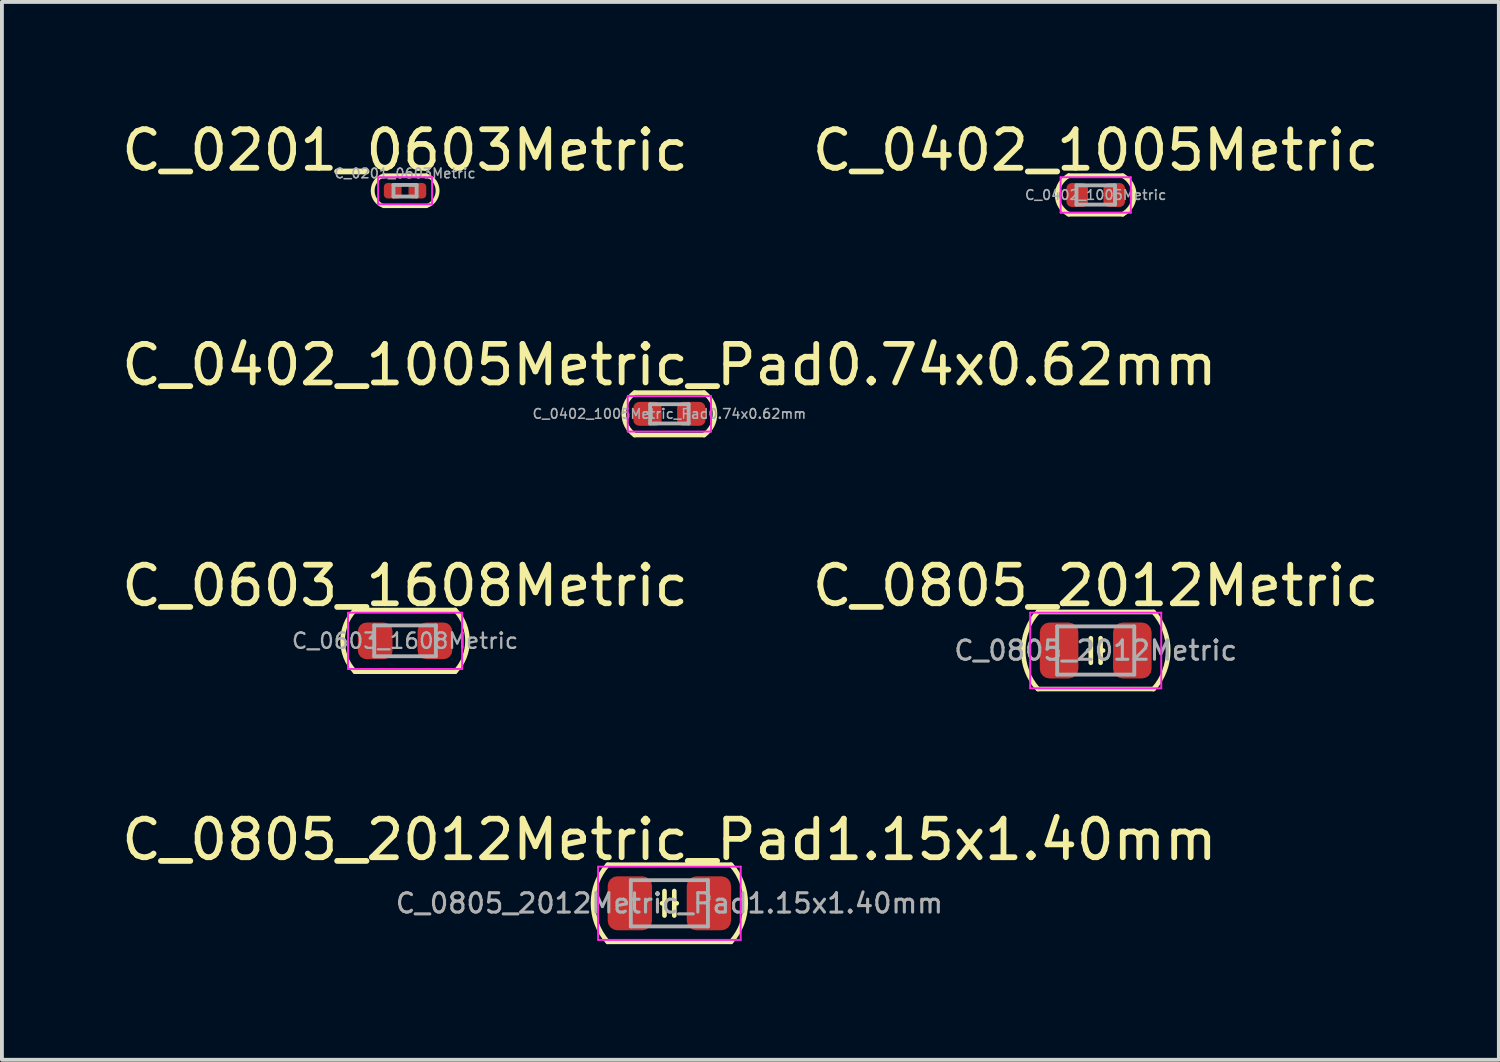
<source format=kicad_pcb>
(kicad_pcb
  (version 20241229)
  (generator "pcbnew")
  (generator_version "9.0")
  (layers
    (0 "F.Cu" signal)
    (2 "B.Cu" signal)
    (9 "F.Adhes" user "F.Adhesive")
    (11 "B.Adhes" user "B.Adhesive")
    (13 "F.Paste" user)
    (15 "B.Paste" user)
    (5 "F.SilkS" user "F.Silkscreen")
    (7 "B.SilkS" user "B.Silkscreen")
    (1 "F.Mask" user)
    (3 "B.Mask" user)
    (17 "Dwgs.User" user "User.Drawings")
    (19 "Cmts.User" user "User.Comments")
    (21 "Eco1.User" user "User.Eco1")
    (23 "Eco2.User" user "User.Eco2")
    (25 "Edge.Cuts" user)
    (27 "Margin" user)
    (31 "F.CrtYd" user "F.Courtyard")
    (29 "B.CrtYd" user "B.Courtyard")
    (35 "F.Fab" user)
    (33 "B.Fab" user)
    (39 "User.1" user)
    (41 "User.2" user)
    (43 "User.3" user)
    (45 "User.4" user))
  (footprint "C_0402_1005Metric_Pad0.74x0.62mm"
    (layer "F.Cu")
    (at 14.315 7.686)
    (property "Reference" "C_0402_1005Metric_Pad0.74x0.62mm" (at 0 -1.27 0) (layer "F.SilkS") (effects (font (size 1 1) (thickness 0.15))))
    (attr smd)
    (fp_line (start -0.9 -0.55) (end 0.9 -0.55) (stroke (width 0.12) (type solid)) (layer "F.SilkS"))
    (fp_line (start 0.9 0.55) (end -0.9 0.55) (stroke (width 0.12) (type solid)) (layer "F.SilkS"))
    (fp_arc (start -0.9 0.55) (mid -1.182093 0) (end -0.9 -0.55) (stroke (width 0.12) (type solid)) (layer "F.SilkS"))
    (fp_arc (start 0.9 -0.550001) (mid 1.182093 -0.000001) (end 0.9 0.549999) (stroke (width 0.12) (type solid)) (layer "F.SilkS"))
    (fp_line (start -1.08 -0.46) (end 1.08 -0.46) (stroke (width 0.05) (type solid)) (layer "F.CrtYd"))
    (fp_line (start -1.08 0.46) (end -1.08 -0.46) (stroke (width 0.05) (type solid)) (layer "F.CrtYd"))
    (fp_line (start 1.08 -0.46) (end 1.08 0.46) (stroke (width 0.05) (type solid)) (layer "F.CrtYd"))
    (fp_line (start 1.08 0.46) (end -1.08 0.46) (stroke (width 0.05) (type solid)) (layer "F.CrtYd"))
    (fp_line (start -0.5 -0.25) (end 0.5 -0.25) (stroke (width 0.1) (type solid)) (layer "F.Fab"))
    (fp_line (start -0.5 0.25) (end -0.5 -0.25) (stroke (width 0.1) (type solid)) (layer "F.Fab"))
    (fp_line (start 0.5 -0.25) (end 0.5 0.25) (stroke (width 0.1) (type solid)) (layer "F.Fab"))
    (fp_line (start 0.5 0.25) (end -0.5 0.25) (stroke (width 0.1) (type solid)) (layer "F.Fab"))
    (fp_text user "${REFERENCE}" (at 0 0 0) (layer "F.Fab") (effects (font (size 0.25 0.25) (thickness 0.04))))
    (pad "1" smd roundrect (at -0.568 0) (size 0.735 0.62) (layers "F.Cu" "F.Mask" "F.Paste") (roundrect_rratio 0.25))
    (pad "2" smd roundrect (at 0.568 0) (size 0.735 0.62) (layers "F.Cu" "F.Mask" "F.Paste") (roundrect_rratio 0.25)))
  (footprint "C_0805_2012Metric_Pad1.15x1.40mm"
    (layer "F.Cu")
    (at 14.315 20.383)
    (property "Reference" "C_0805_2012Metric_Pad1.15x1.40mm" (at 0 -1.65 0) (layer "F.SilkS") (effects (font (size 1 1) (thickness 0.15))))
    (attr smd)
    (fp_line (start -1.6 1) (end 1.6 1) (stroke (width 0.12) (type solid)) (layer "F.SilkS"))
    (fp_line (start -0.127 -0.318) (end -0.127 0.318) (stroke (width 0.12) (type solid)) (layer "F.SilkS"))
    (fp_line (start -0.127 0) (end -0.191 0) (stroke (width 0.12) (type solid)) (layer "F.SilkS"))
    (fp_line (start 0.127 0) (end 0.191 0) (stroke (width 0.12) (type solid)) (layer "F.SilkS"))
    (fp_line (start 0.127 0.318) (end 0.127 -0.318) (stroke (width 0.12) (type solid)) (layer "F.SilkS"))
    (fp_line (start 1.6 -1) (end -1.6 -1) (stroke (width 0.12) (type solid)) (layer "F.SilkS"))
    (fp_arc (start -1.6 1) (mid -1.980894 0) (end -1.6 -1) (stroke (width 0.12) (type solid)) (layer "F.SilkS"))
    (fp_arc (start 1.6 -1) (mid 1.980894 0) (end 1.6 1) (stroke (width 0.12) (type solid)) (layer "F.SilkS"))
    (fp_line (start -1.85 -0.95) (end 1.85 -0.95) (stroke (width 0.05) (type solid)) (layer "F.CrtYd"))
    (fp_line (start -1.85 0.95) (end -1.85 -0.95) (stroke (width 0.05) (type solid)) (layer "F.CrtYd"))
    (fp_line (start 1.85 -0.95) (end 1.85 0.95) (stroke (width 0.05) (type solid)) (layer "F.CrtYd"))
    (fp_line (start 1.85 0.95) (end -1.85 0.95) (stroke (width 0.05) (type solid)) (layer "F.CrtYd"))
    (fp_line (start -1 -0.6) (end 1 -0.6) (stroke (width 0.1) (type solid)) (layer "F.Fab"))
    (fp_line (start -1 0.6) (end -1 -0.6) (stroke (width 0.1) (type solid)) (layer "F.Fab"))
    (fp_line (start 1 -0.6) (end 1 0.6) (stroke (width 0.1) (type solid)) (layer "F.Fab"))
    (fp_line (start 1 0.6) (end -1 0.6) (stroke (width 0.1) (type solid)) (layer "F.Fab"))
    (fp_text user "${REFERENCE}" (at 0 0 0) (layer "F.Fab") (effects (font (size 0.5 0.5) (thickness 0.08))))
    (pad "1" smd roundrect (at -1.025 0) (size 1.15 1.4) (layers "F.Cu" "F.Mask" "F.Paste") (roundrect_rratio 0.217))
    (pad "2" smd roundrect (at 1.025 0) (size 1.15 1.4) (layers "F.Cu" "F.Mask" "F.Paste") (roundrect_rratio 0.217)))
  (footprint "C_0805_2012Metric"
    (layer "F.Cu")
    (at 25.375 13.825)
    (property "Reference" "C_0805_2012Metric" (at 0 -1.68 0) (layer "F.SilkS") (effects (font (size 1 1) (thickness 0.15))))
    (attr smd)
    (fp_line (start -1.5 1) (end 1.5 1) (stroke (width 0.12) (type solid)) (layer "F.SilkS"))
    (fp_line (start -0.127 -0.318) (end -0.127 0.318) (stroke (width 0.12) (type solid)) (layer "F.SilkS"))
    (fp_line (start -0.127 0) (end -0.191 0) (stroke (width 0.12) (type solid)) (layer "F.SilkS"))
    (fp_line (start 0.127 0) (end 0.191 0) (stroke (width 0.12) (type solid)) (layer "F.SilkS"))
    (fp_line (start 0.127 0.318) (end 0.127 -0.318) (stroke (width 0.12) (type solid)) (layer "F.SilkS"))
    (fp_line (start 1.5 -1) (end -1.5 -1) (stroke (width 0.12) (type solid)) (layer "F.SilkS"))
    (fp_arc (start -1.5 1) (mid -1.880894 0) (end -1.5 -1) (stroke (width 0.12) (type solid)) (layer "F.SilkS"))
    (fp_arc (start 1.5 -1) (mid 1.880894 0) (end 1.5 1) (stroke (width 0.12) (type solid)) (layer "F.SilkS"))
    (fp_line (start -1.7 -0.98) (end 1.7 -0.98) (stroke (width 0.05) (type solid)) (layer "F.CrtYd"))
    (fp_line (start -1.7 0.98) (end -1.7 -0.98) (stroke (width 0.05) (type solid)) (layer "F.CrtYd"))
    (fp_line (start 1.7 -0.98) (end 1.7 0.98) (stroke (width 0.05) (type solid)) (layer "F.CrtYd"))
    (fp_line (start 1.7 0.98) (end -1.7 0.98) (stroke (width 0.05) (type solid)) (layer "F.CrtYd"))
    (fp_line (start -1 -0.625) (end 1 -0.625) (stroke (width 0.1) (type solid)) (layer "F.Fab"))
    (fp_line (start -1 0.625) (end -1 -0.625) (stroke (width 0.1) (type solid)) (layer "F.Fab"))
    (fp_line (start 1 -0.625) (end 1 0.625) (stroke (width 0.1) (type solid)) (layer "F.Fab"))
    (fp_line (start 1 0.625) (end -1 0.625) (stroke (width 0.1) (type solid)) (layer "F.Fab"))
    (fp_text user "${REFERENCE}" (at 0 0 0) (layer "F.Fab") (effects (font (size 0.5 0.5) (thickness 0.08))))
    (pad "1" smd roundrect (at -0.95 0) (size 1 1.45) (layers "F.Cu" "F.Mask" "F.Paste") (roundrect_rratio 0.25))
    (pad "2" smd roundrect (at 0.95 0) (size 1 1.45) (layers "F.Cu" "F.Mask" "F.Paste") (roundrect_rratio 0.25)))
  (footprint "C_0603_1608Metric"
    (layer "F.Cu")
    (at 7.458 13.575)
    (property "Reference" "C_0603_1608Metric" (at 0 -1.43 0) (layer "F.SilkS") (effects (font (size 1 1) (thickness 0.15))))
    (attr smd)
    (fp_line (start -1.3 0.8) (end 1.3 0.8) (stroke (width 0.12) (type solid)) (layer "F.SilkS"))
    (fp_line (start 1.3 -0.8) (end -1.3 -0.8) (stroke (width 0.12) (type solid)) (layer "F.SilkS"))
    (fp_arc (start -1.3 0.800002) (mid -1.619939 0.000001) (end -1.3 -0.8) (stroke (width 0.12) (type solid)) (layer "F.SilkS"))
    (fp_arc (start 1.3 -0.800002) (mid 1.619939 -0.000001) (end 1.3 0.8) (stroke (width 0.12) (type solid)) (layer "F.SilkS"))
    (fp_line (start -1.48 -0.73) (end 1.48 -0.73) (stroke (width 0.05) (type solid)) (layer "F.CrtYd"))
    (fp_line (start -1.48 0.73) (end -1.48 -0.73) (stroke (width 0.05) (type solid)) (layer "F.CrtYd"))
    (fp_line (start 1.48 -0.73) (end 1.48 0.73) (stroke (width 0.05) (type solid)) (layer "F.CrtYd"))
    (fp_line (start 1.48 0.73) (end -1.48 0.73) (stroke (width 0.05) (type solid)) (layer "F.CrtYd"))
    (fp_line (start -0.8 -0.4) (end 0.8 -0.4) (stroke (width 0.1) (type solid)) (layer "F.Fab"))
    (fp_line (start -0.8 0.4) (end -0.8 -0.4) (stroke (width 0.1) (type solid)) (layer "F.Fab"))
    (fp_line (start 0.8 -0.4) (end 0.8 0.4) (stroke (width 0.1) (type solid)) (layer "F.Fab"))
    (fp_line (start 0.8 0.4) (end -0.8 0.4) (stroke (width 0.1) (type solid)) (layer "F.Fab"))
    (fp_text user "${REFERENCE}" (at 0 0 0) (layer "F.Fab") (effects (font (size 0.4 0.4) (thickness 0.06))))
    (pad "1" smd roundrect (at -0.775 0) (size 0.9 0.95) (layers "F.Cu" "F.Mask" "F.Paste") (roundrect_rratio 0.25))
    (pad "2" smd roundrect (at 0.775 0) (size 0.9 0.95) (layers "F.Cu" "F.Mask" "F.Paste") (roundrect_rratio 0.25)))
  (footprint "C_0201_0603Metric"
    (layer "F.Cu")
    (at 7.458 1.898)
    (property "Reference" "C_0201_0603Metric" (at 0 -1.05 0) (layer "F.SilkS") (effects (font (size 1 1) (thickness 0.15))))
    (attr smd)
    (fp_line (start -0.55 0.4) (end 0.55 0.4) (stroke (width 0.1) (type solid)) (layer "F.SilkS"))
    (fp_line (start 0.55 -0.4) (end -0.55 -0.4) (stroke (width 0.1) (type solid)) (layer "F.SilkS"))
    (fp_arc (start -0.55 0.399999) (mid -0.840003 -0.000001) (end -0.55 -0.4) (stroke (width 0.1) (type solid)) (layer "F.SilkS"))
    (fp_arc (start 0.55 -0.400001) (mid 0.844375 -0.000001) (end 0.55 0.399999) (stroke (width 0.1) (type solid)) (layer "F.SilkS"))
    (fp_line (start -0.7 -0.35) (end 0.7 -0.35) (stroke (width 0.05) (type solid)) (layer "F.CrtYd"))
    (fp_line (start -0.7 0.35) (end -0.7 -0.35) (stroke (width 0.05) (type solid)) (layer "F.CrtYd"))
    (fp_line (start 0.7 -0.35) (end 0.7 0.35) (stroke (width 0.05) (type solid)) (layer "F.CrtYd"))
    (fp_line (start 0.7 0.35) (end -0.7 0.35) (stroke (width 0.05) (type solid)) (layer "F.CrtYd"))
    (fp_line (start -0.3 -0.15) (end 0.3 -0.15) (stroke (width 0.1) (type solid)) (layer "F.Fab"))
    (fp_line (start -0.3 0.15) (end -0.3 -0.15) (stroke (width 0.1) (type solid)) (layer "F.Fab"))
    (fp_line (start 0.3 -0.15) (end 0.3 0.15) (stroke (width 0.1) (type solid)) (layer "F.Fab"))
    (fp_line (start 0.3 0.15) (end -0.3 0.15) (stroke (width 0.1) (type solid)) (layer "F.Fab"))
    (fp_text user "${REFERENCE}" (at 0 -0.45 0) (layer "F.Fab") (effects (font (size 0.25 0.25) (thickness 0.04))))
    (pad "" smd roundrect (at -0.345 0) (size 0.318 0.36) (layers "F.Paste") (roundrect_rratio 0.25))
    (pad "" smd roundrect (at 0.345 0) (size 0.318 0.36) (layers "F.Paste") (roundrect_rratio 0.25))
    (pad "1" smd roundrect (at -0.32 0) (size 0.46 0.4) (layers "F.Cu" "F.Mask") (roundrect_rratio 0.25))
    (pad "2" smd roundrect (at 0.32 0) (size 0.46 0.4) (layers "F.Cu" "F.Mask") (roundrect_rratio 0.25)))
  (footprint "C_0402_1005Metric"
    (layer "F.Cu")
    (at 25.375 2.008)
    (property "Reference" "C_0402_1005Metric" (at 0 -1.16 0) (layer "F.SilkS") (effects (font (size 1 1) (thickness 0.15))))
    (attr smd)
    (fp_line (start -0.7 0.5) (end 0.7 0.5) (stroke (width 0.12) (type solid)) (layer "F.SilkS"))
    (fp_line (start 0.7 -0.5) (end -0.7 -0.5) (stroke (width 0.12) (type solid)) (layer "F.SilkS"))
    (fp_arc (start -0.7 0.5) (mid -0.998531 0) (end -0.7 -0.5) (stroke (width 0.12) (type solid)) (layer "F.SilkS"))
    (fp_arc (start 0.7 -0.5) (mid 0.998531 0) (end 0.7 0.5) (stroke (width 0.12) (type solid)) (layer "F.SilkS"))
    (fp_line (start -0.91 -0.46) (end 0.91 -0.46) (stroke (width 0.05) (type solid)) (layer "F.CrtYd"))
    (fp_line (start -0.91 0.46) (end -0.91 -0.46) (stroke (width 0.05) (type solid)) (layer "F.CrtYd"))
    (fp_line (start 0.91 -0.46) (end 0.91 0.46) (stroke (width 0.05) (type solid)) (layer "F.CrtYd"))
    (fp_line (start 0.91 0.46) (end -0.91 0.46) (stroke (width 0.05) (type solid)) (layer "F.CrtYd"))
    (fp_line (start -0.5 -0.25) (end 0.5 -0.25) (stroke (width 0.1) (type solid)) (layer "F.Fab"))
    (fp_line (start -0.5 0.25) (end -0.5 -0.25) (stroke (width 0.1) (type solid)) (layer "F.Fab"))
    (fp_line (start 0.5 -0.25) (end 0.5 0.25) (stroke (width 0.1) (type solid)) (layer "F.Fab"))
    (fp_line (start 0.5 0.25) (end -0.5 0.25) (stroke (width 0.1) (type solid)) (layer "F.Fab"))
    (fp_text user "${REFERENCE}" (at 0 0 0) (layer "F.Fab") (effects (font (size 0.25 0.25) (thickness 0.04))))
    (pad "1" smd roundrect (at -0.48 0) (size 0.56 0.62) (layers "F.Cu" "F.Mask" "F.Paste") (roundrect_rratio 0.25))
    (pad "2" smd roundrect (at 0.48 0) (size 0.56 0.62) (layers "F.Cu" "F.Mask" "F.Paste") (roundrect_rratio 0.25)))
  (gr_rect
    (start -3 -3)
    (end 35.833 24.443)
    (stroke (width 0.1) (type default))
    (fill no)
    (layer "Edge.Cuts")))
</source>
